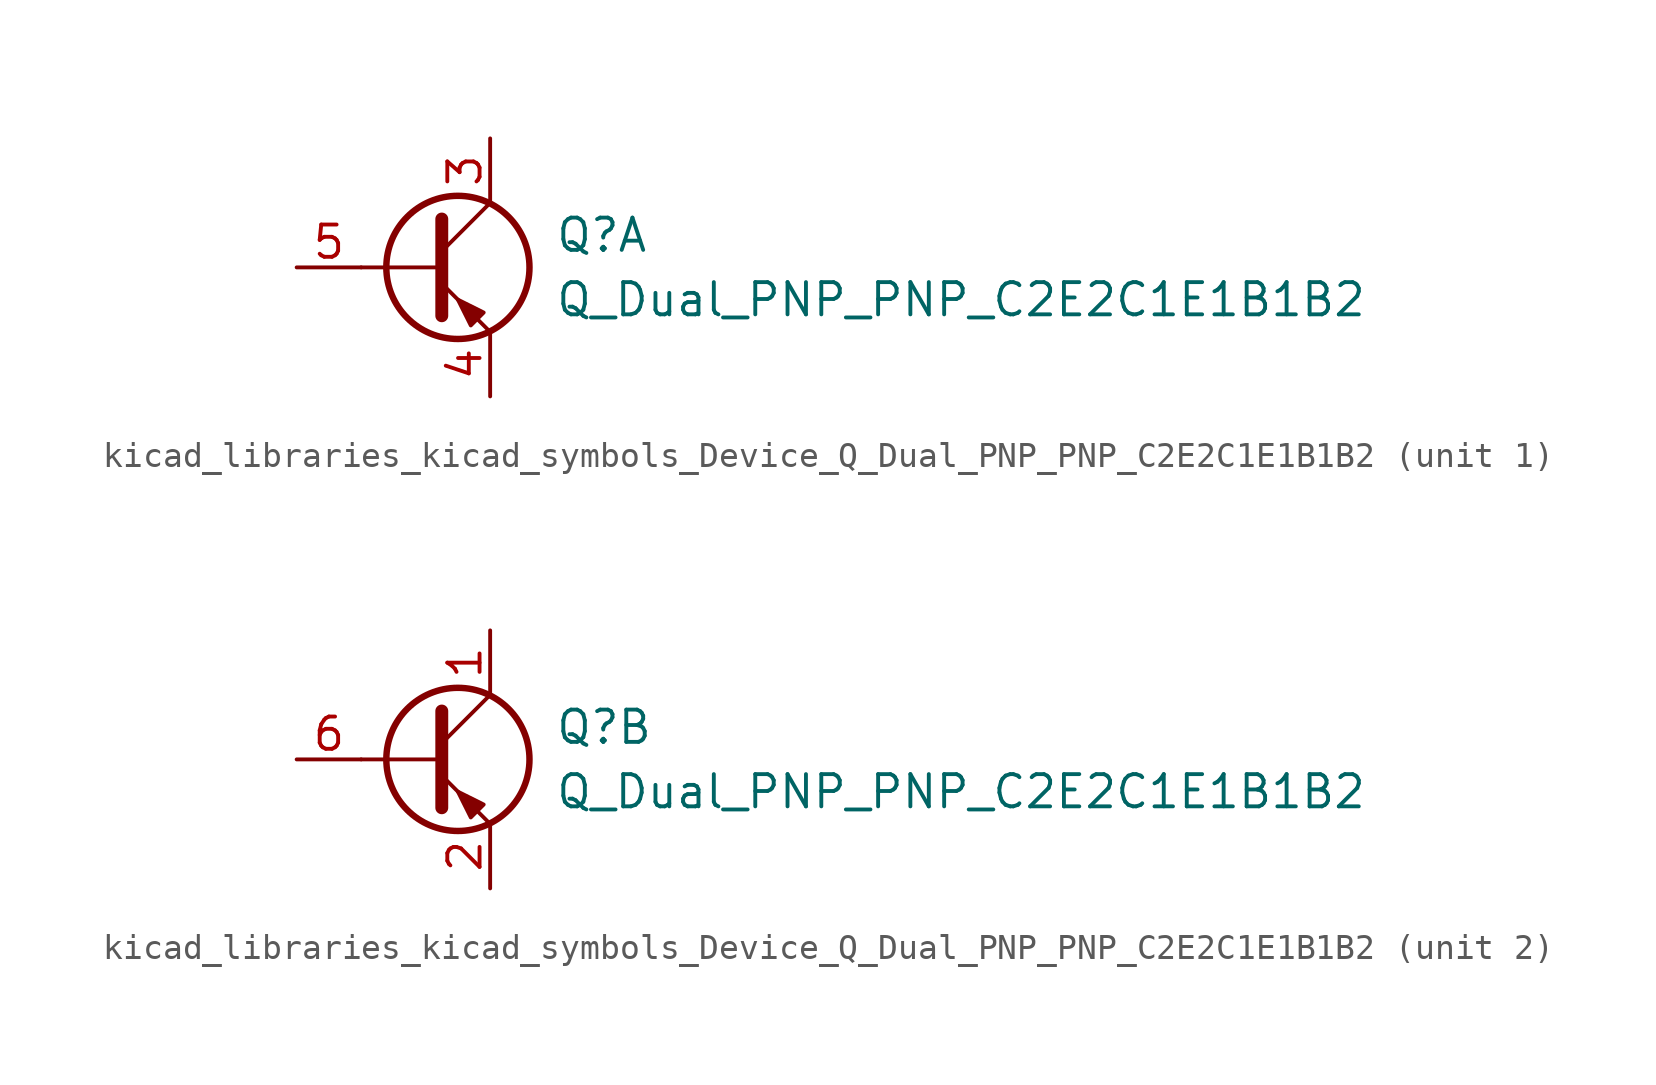
<source format=kicad_sym>
(kicad_symbol_lib
  (version 20220914)
  (generator kicad_symbol_editor)
  (symbol "kicad_libraries_kicad_symbols_Device_Q_Dual_PNP_PNP_C2E2C1E1B1B2"
    (pin_names
      (offset 0) hide)
    (property "Reference" "Q"
      (at 5.08 1.27 0)
      (effects (font (size 1.27 1.27)) (justify left)))
    (property "Value" "Q_Dual_PNP_PNP_C2E2C1E1B1B2"
      (at 5.08 -1.27 0)
      (effects (font (size 1.27 1.27)) (justify left)))
    (property "ki_locked" ""
      (at 0 0 0)
      (effects (font (size 1.27 1.27))))
    (symbol "kicad_libraries_kicad_symbols_Device_Q_Dual_PNP_PNP_C2E2C1E1B1B2_0_1"
      (polyline (pts (xy 0.635 0) (xy -2.54 0)) (stroke (width 0) (type default)) (fill (type none)))
      (polyline (pts (xy 0.635 0.635) (xy 2.54 2.54)) (stroke (width 0) (type default)) (fill (type none)))
      (polyline (pts (xy 0.635 -0.635) (xy 2.54 -2.54) (xy 2.54 -2.54)) (stroke (width 0) (type default)) (fill (type none)))
      (polyline (pts (xy 0.635 1.905) (xy 0.635 -1.905) (xy 0.635 -1.905)) (stroke (width 0.508) (type default)) (fill (type none)))
      (polyline (pts (xy 2.286 -1.778) (xy 1.778 -2.286) (xy 1.27 -1.27) (xy 2.286 -1.778) (xy 2.286 -1.778)) (stroke (width 0) (type default)) (fill (type outline)))
      (circle (center 1.27 0) (radius 2.819) (stroke (width 0.254) (type default)) (fill (type none))))
    (symbol "kicad_libraries_kicad_symbols_Device_Q_Dual_PNP_PNP_C2E2C1E1B1B2_1_1"
      (pin passive line (at 2.54 5.08 270) (length 2.54) (name "C1" (effects (font (size 1.27 1.27)))) (number "3" (effects (font (size 1.27 1.27)))))
      (pin passive line (at 2.54 -5.08 90) (length 2.54) (name "E1" (effects (font (size 1.27 1.27)))) (number "4" (effects (font (size 1.27 1.27)))))
      (pin input line (at -5.08 0 0) (length 2.54) (name "B1" (effects (font (size 1.27 1.27)))) (number "5" (effects (font (size 1.27 1.27))))))
    (symbol "kicad_libraries_kicad_symbols_Device_Q_Dual_PNP_PNP_C2E2C1E1B1B2_2_1"
      (pin passive line (at 2.54 5.08 270) (length 2.54) (name "C2" (effects (font (size 1.27 1.27)))) (number "1" (effects (font (size 1.27 1.27)))))
      (pin passive line (at 2.54 -5.08 90) (length 2.54) (name "E2" (effects (font (size 1.27 1.27)))) (number "2" (effects (font (size 1.27 1.27)))))
      (pin input line (at -5.08 0 0) (length 2.54) (name "B2" (effects (font (size 1.27 1.27)))) (number "6" (effects (font (size 1.27 1.27))))))))
</source>
